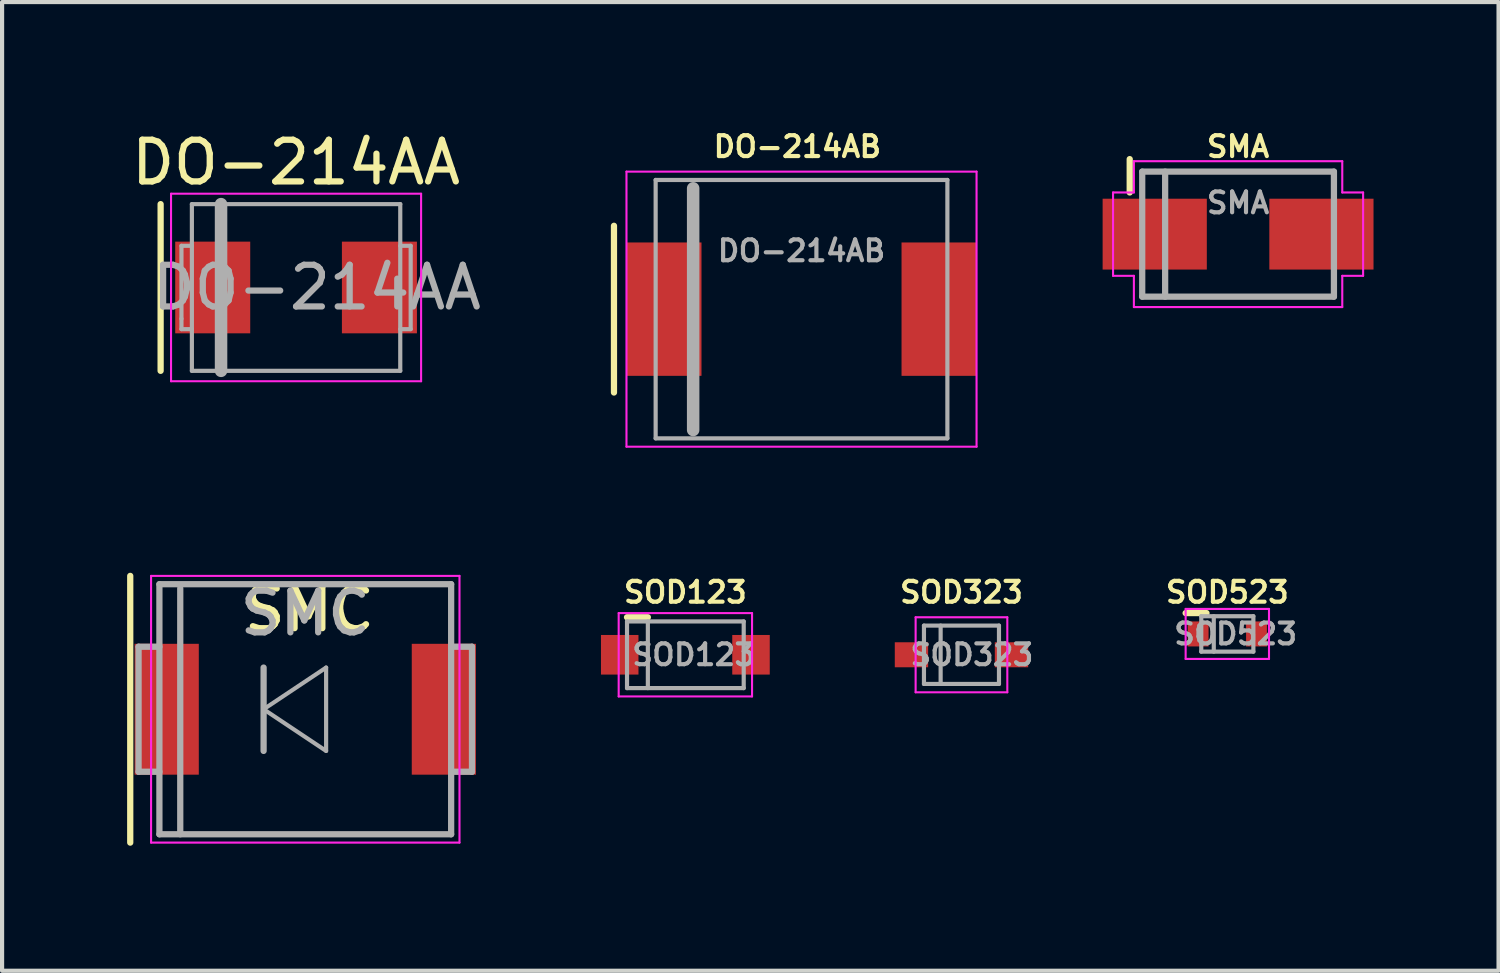
<source format=kicad_pcb>
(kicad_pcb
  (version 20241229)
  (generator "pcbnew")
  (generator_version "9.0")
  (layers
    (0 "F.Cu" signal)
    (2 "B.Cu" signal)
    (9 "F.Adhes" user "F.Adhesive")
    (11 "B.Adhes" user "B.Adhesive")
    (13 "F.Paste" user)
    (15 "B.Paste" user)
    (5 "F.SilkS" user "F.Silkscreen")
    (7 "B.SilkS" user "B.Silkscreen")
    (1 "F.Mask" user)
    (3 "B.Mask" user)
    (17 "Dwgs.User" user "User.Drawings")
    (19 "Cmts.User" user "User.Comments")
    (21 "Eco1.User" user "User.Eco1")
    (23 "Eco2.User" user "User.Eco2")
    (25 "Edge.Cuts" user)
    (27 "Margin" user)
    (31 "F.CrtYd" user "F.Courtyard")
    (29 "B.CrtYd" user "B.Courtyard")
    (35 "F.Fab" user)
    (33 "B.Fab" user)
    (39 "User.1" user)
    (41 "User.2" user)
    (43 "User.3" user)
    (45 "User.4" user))
  (footprint "SMC"
    (layer "F.Cu")
    (at 4.275 13.968)
    (property "Reference" "SMC" (at 0.1 -2.4 0) (layer "F.SilkS") (effects (font (size 1 1) (thickness 0.15))))
    (attr smd)
    (fp_line (start -4.2 -3.2) (end -4.2 3.2) (stroke (width 0.15) (type solid)) (layer "F.SilkS"))
    (fp_line (start -3.7 -3.2) (end 3.7 -3.2) (stroke (width 0.05) (type solid)) (layer "F.CrtYd"))
    (fp_line (start -3.7 3.2) (end -3.7 -3.2) (stroke (width 0.05) (type solid)) (layer "F.CrtYd"))
    (fp_line (start 3.7 -3.2) (end 3.7 3.2) (stroke (width 0.05) (type solid)) (layer "F.CrtYd"))
    (fp_line (start 3.7 3.2) (end -3.7 3.2) (stroke (width 0.05) (type solid)) (layer "F.CrtYd"))
    (fp_line (start -4 -1.5) (end -4 1.5) (stroke (width 0.15) (type solid)) (layer "F.Fab"))
    (fp_line (start -4 -1.5) (end -3.5 -1.5) (stroke (width 0.15) (type solid)) (layer "F.Fab"))
    (fp_line (start -4 1.5) (end -3.5 1.5) (stroke (width 0.15) (type solid)) (layer "F.Fab"))
    (fp_line (start -3.5 -3) (end 3.5 -3) (stroke (width 0.15) (type solid)) (layer "F.Fab"))
    (fp_line (start -3.5 3) (end -3.5 -3) (stroke (width 0.15) (type solid)) (layer "F.Fab"))
    (fp_line (start -3 -2.9) (end -3 3) (stroke (width 0.15) (type solid)) (layer "F.Fab"))
    (fp_line (start -1 -1) (end -1 1) (stroke (width 0.15) (type solid)) (layer "F.Fab"))
    (fp_line (start 0.5 -1) (end -1 0) (stroke (width 0.1) (type solid)) (layer "F.Fab"))
    (fp_line (start 0.5 -1) (end 0.5 1) (stroke (width 0.1) (type solid)) (layer "F.Fab"))
    (fp_line (start 0.5 1) (end -1 0) (stroke (width 0.1) (type solid)) (layer "F.Fab"))
    (fp_line (start 3.5 -3) (end 3.5 3) (stroke (width 0.15) (type solid)) (layer "F.Fab"))
    (fp_line (start 3.5 3) (end -3.5 3) (stroke (width 0.15) (type solid)) (layer "F.Fab"))
    (fp_line (start 4 -1.5) (end 3.5 -1.5) (stroke (width 0.15) (type solid)) (layer "F.Fab"))
    (fp_line (start 4 -1.5) (end 4 1.5) (stroke (width 0.15) (type solid)) (layer "F.Fab"))
    (fp_line (start 4 1.5) (end 3.5 1.5) (stroke (width 0.15) (type solid)) (layer "F.Fab"))
    (fp_text user "${REFERENCE}" (at 0 -2.3 0) (layer "F.Fab") (effects (font (size 1 1) (thickness 0.15))))
    (pad "A" smd rect (at 3.325 0) (size 1.54 3.14) (layers "F.Cu" "F.Mask" "F.Paste"))
    (pad "K" smd rect (at -3.325 0) (size 1.54 3.14) (layers "F.Cu" "F.Mask" "F.Paste")))
  (footprint "DO-214AA"
    (layer "F.Cu")
    (at 4.054 3.848)
    (property "Reference" "DO-214AA" (at 0 -3 0) (layer "F.SilkS") (effects (font (size 1 1) (thickness 0.15))))
    (attr smd)
    (fp_line (start -3.25 -2) (end -3.25 2) (stroke (width 0.15) (type solid)) (layer "F.SilkS"))
    (fp_line (start -3 -2.25) (end 3 -2.25) (stroke (width 0.05) (type solid)) (layer "F.CrtYd"))
    (fp_line (start -3 2.25) (end -3 -2.25) (stroke (width 0.05) (type solid)) (layer "F.CrtYd"))
    (fp_line (start 3 -2.25) (end 3 2.25) (stroke (width 0.05) (type solid)) (layer "F.CrtYd"))
    (fp_line (start 3 2.25) (end -3 2.25) (stroke (width 0.05) (type solid)) (layer "F.CrtYd"))
    (fp_line (start -2.75 -1) (end -2.75 0.75) (stroke (width 0.1) (type solid)) (layer "F.Fab"))
    (fp_line (start -2.75 0.75) (end -2.75 1) (stroke (width 0.1) (type solid)) (layer "F.Fab"))
    (fp_line (start -2.75 1) (end -2.5 1) (stroke (width 0.1) (type solid)) (layer "F.Fab"))
    (fp_line (start -2.5 -2) (end 2.5 -2) (stroke (width 0.1) (type solid)) (layer "F.Fab"))
    (fp_line (start -2.5 -1) (end -2.75 -1) (stroke (width 0.1) (type solid)) (layer "F.Fab"))
    (fp_line (start -2.5 2) (end -2.5 -2) (stroke (width 0.1) (type solid)) (layer "F.Fab"))
    (fp_line (start -1.8 -2) (end -1.8 2) (stroke (width 0.3) (type solid)) (layer "F.Fab"))
    (fp_line (start 2.5 -2) (end 2.5 2) (stroke (width 0.1) (type solid)) (layer "F.Fab"))
    (fp_line (start 2.5 -1) (end 2.75 -1) (stroke (width 0.1) (type solid)) (layer "F.Fab"))
    (fp_line (start 2.5 2) (end -2.5 2) (stroke (width 0.1) (type solid)) (layer "F.Fab"))
    (fp_line (start 2.75 -1) (end 2.75 1) (stroke (width 0.1) (type solid)) (layer "F.Fab"))
    (fp_line (start 2.75 1) (end 2.5 1) (stroke (width 0.1) (type solid)) (layer "F.Fab"))
    (fp_text user "${REFERENCE}" (at 0.5 0 0) (layer "F.Fab") (effects (font (size 1 1) (thickness 0.15))))
    (pad "A" smd rect (at 2 0) (size 1.8 2.2) (layers "F.Cu" "F.Mask" "F.Paste"))
    (pad "C" smd rect (at -2 0) (size 1.8 2.2) (layers "F.Cu" "F.Mask" "F.Paste")))
  (footprint "SMA"
    (layer "F.Cu")
    (at 26.657 2.568)
    (property "Reference" "SMA" (at 0 -2.1 0) (layer "F.SilkS") (effects (font (size 0.5 0.5) (thickness 0.1))))
    (attr smd)
    (fp_line (start -2.6 -1.8) (end -2.6 -1) (stroke (width 0.15) (type solid)) (layer "F.SilkS"))
    (fp_line (start -3 -1) (end -3 1) (stroke (width 0.05) (type solid)) (layer "F.CrtYd"))
    (fp_line (start -3 1) (end -2.5 1) (stroke (width 0.05) (type solid)) (layer "F.CrtYd"))
    (fp_line (start -2.5 -1.75) (end -2.5 -1) (stroke (width 0.05) (type solid)) (layer "F.CrtYd"))
    (fp_line (start -2.5 -1.75) (end 2.5 -1.75) (stroke (width 0.05) (type solid)) (layer "F.CrtYd"))
    (fp_line (start -2.5 -1) (end -3 -1) (stroke (width 0.05) (type solid)) (layer "F.CrtYd"))
    (fp_line (start -2.5 1) (end -2.5 1.75) (stroke (width 0.05) (type solid)) (layer "F.CrtYd"))
    (fp_line (start 2.5 -1.75) (end 2.5 -1) (stroke (width 0.05) (type solid)) (layer "F.CrtYd"))
    (fp_line (start 2.5 -1) (end 3 -1) (stroke (width 0.05) (type solid)) (layer "F.CrtYd"))
    (fp_line (start 2.5 1) (end 2.5 1.75) (stroke (width 0.05) (type solid)) (layer "F.CrtYd"))
    (fp_line (start 2.5 1.75) (end -2.5 1.75) (stroke (width 0.05) (type solid)) (layer "F.CrtYd"))
    (fp_line (start 3 -1) (end 3 1) (stroke (width 0.05) (type solid)) (layer "F.CrtYd"))
    (fp_line (start 3 1) (end 2.5 1) (stroke (width 0.05) (type solid)) (layer "F.CrtYd"))
    (fp_line (start -2.3 -1.5) (end 2.3 -1.5) (stroke (width 0.15) (type solid)) (layer "F.Fab"))
    (fp_line (start -2.3 1.5) (end -2.3 -1.5) (stroke (width 0.15) (type solid)) (layer "F.Fab"))
    (fp_line (start -1.75 -1.5) (end -1.75 1.5) (stroke (width 0.15) (type solid)) (layer "F.Fab"))
    (fp_line (start 2.3 -1.5) (end 2.3 1.5) (stroke (width 0.15) (type solid)) (layer "F.Fab"))
    (fp_line (start 2.3 1.5) (end -2.3 1.5) (stroke (width 0.15) (type solid)) (layer "F.Fab"))
    (fp_text user "${REFERENCE}" (at 0 -0.75 0) (layer "F.Fab") (effects (font (size 0.5 0.5) (thickness 0.1))))
    (pad "A" smd rect (at 2 0) (size 2.5 1.7) (layers "F.Cu" "F.Mask" "F.Paste"))
    (pad "C" smd rect (at -2 0) (size 2.5 1.7) (layers "F.Cu" "F.Mask" "F.Paste")))
  (footprint "SOD323"
    (layer "F.Cu")
    (at 20.02 12.661)
    (property "Reference" "SOD323" (at 0 -1.5 0) (layer "F.SilkS") (effects (font (size 0.5 0.5) (thickness 0.1))))
    (attr smd)
    (fp_line (start -1.1 -0.9) (end 1.1 -0.9) (stroke (width 0.05) (type solid)) (layer "F.CrtYd"))
    (fp_line (start -1.1 0.9) (end -1.1 -0.9) (stroke (width 0.05) (type solid)) (layer "F.CrtYd"))
    (fp_line (start 1.1 -0.9) (end 1.1 0.9) (stroke (width 0.05) (type solid)) (layer "F.CrtYd"))
    (fp_line (start 1.1 0.9) (end -1.1 0.9) (stroke (width 0.05) (type solid)) (layer "F.CrtYd"))
    (fp_line (start -0.9 -0.7) (end 0.9 -0.7) (stroke (width 0.1) (type solid)) (layer "F.Fab"))
    (fp_line (start -0.9 0.7) (end -0.9 -0.7) (stroke (width 0.1) (type solid)) (layer "F.Fab"))
    (fp_line (start -0.5 -0.7) (end -0.5 0.7) (stroke (width 0.1) (type solid)) (layer "F.Fab"))
    (fp_line (start 0.9 -0.7) (end 0.9 0.7) (stroke (width 0.1) (type solid)) (layer "F.Fab"))
    (fp_line (start 0.9 0.7) (end -0.9 0.7) (stroke (width 0.1) (type solid)) (layer "F.Fab"))
    (fp_text user "${REFERENCE}" (at 0.25 0 0) (layer "F.Fab") (effects (font (size 0.5 0.5) (thickness 0.1))))
    (pad "A" smd rect (at 1.2 0) (size 0.8 0.6) (layers "F.Cu" "F.Mask" "F.Paste"))
    (pad "C" smd rect (at -1.2 0) (size 0.8 0.6) (layers "F.Cu" "F.Mask" "F.Paste")))
  (footprint "SOD523"
    (layer "F.Cu")
    (at 26.399 12.161)
    (property "Reference" "SOD523" (at 0 -1 0) (layer "F.SilkS") (effects (font (size 0.5 0.5) (thickness 0.1))))
    (attr smd)
    (fp_line (start -0.5 -0.5) (end -1 -0.5) (stroke (width 0.15) (type solid)) (layer "F.SilkS"))
    (fp_line (start -1 -0.6) (end 1 -0.6) (stroke (width 0.05) (type solid)) (layer "F.CrtYd"))
    (fp_line (start -1 0.6) (end -1 -0.6) (stroke (width 0.05) (type solid)) (layer "F.CrtYd"))
    (fp_line (start 1 -0.6) (end 1 0.6) (stroke (width 0.05) (type solid)) (layer "F.CrtYd"))
    (fp_line (start 1 0.6) (end -1 0.6) (stroke (width 0.05) (type solid)) (layer "F.CrtYd"))
    (fp_line (start -0.625 -0.425) (end 0.625 -0.425) (stroke (width 0.1) (type solid)) (layer "F.Fab"))
    (fp_line (start -0.625 0.425) (end -0.625 -0.425) (stroke (width 0.1) (type solid)) (layer "F.Fab"))
    (fp_line (start -0.325 -0.425) (end -0.325 0.425) (stroke (width 0.1) (type solid)) (layer "F.Fab"))
    (fp_line (start 0.625 -0.425) (end 0.625 0.425) (stroke (width 0.1) (type solid)) (layer "F.Fab"))
    (fp_line (start 0.625 0.425) (end -0.625 0.425) (stroke (width 0.1) (type solid)) (layer "F.Fab"))
    (fp_text user "${REFERENCE}" (at 0.2 0 0) (layer "F.Fab") (effects (font (size 0.5 0.5) (thickness 0.1))))
    (pad "A" smd rect (at 0.7 0) (size 0.5 0.6) (layers "F.Cu" "F.Mask" "F.Paste"))
    (pad "C" smd rect (at -0.7 0) (size 0.5 0.6) (layers "F.Cu" "F.Mask" "F.Paste")))
  (footprint "SOD123"
    (layer "F.Cu")
    (at 13.395 12.661)
    (property "Reference" "SOD123" (at 0 -1.5 0) (layer "F.SilkS") (effects (font (size 0.5 0.5) (thickness 0.1))))
    (attr smd)
    (fp_line (start -0.9 -0.9) (end -1.4 -0.9) (stroke (width 0.15) (type solid)) (layer "F.SilkS"))
    (fp_line (start -1.6 -1) (end 1.6 -1) (stroke (width 0.05) (type solid)) (layer "F.CrtYd"))
    (fp_line (start -1.6 1) (end -1.6 -1) (stroke (width 0.05) (type solid)) (layer "F.CrtYd"))
    (fp_line (start 1.6 -1) (end 1.6 1) (stroke (width 0.05) (type solid)) (layer "F.CrtYd"))
    (fp_line (start 1.6 1) (end -1.6 1) (stroke (width 0.05) (type solid)) (layer "F.CrtYd"))
    (fp_line (start -1.4 -0.8) (end 1.4 -0.8) (stroke (width 0.1) (type solid)) (layer "F.Fab"))
    (fp_line (start -1.4 0.8) (end -1.4 -0.8) (stroke (width 0.1) (type solid)) (layer "F.Fab"))
    (fp_line (start -0.9 -0.8) (end -0.9 0.8) (stroke (width 0.1) (type solid)) (layer "F.Fab"))
    (fp_line (start 1.4 -0.8) (end 1.4 0.8) (stroke (width 0.1) (type solid)) (layer "F.Fab"))
    (fp_line (start 1.4 0.8) (end -1.4 0.8) (stroke (width 0.1) (type solid)) (layer "F.Fab"))
    (fp_text user "${REFERENCE}" (at 0.2 0 0) (layer "F.Fab") (effects (font (size 0.5 0.5) (thickness 0.1))))
    (pad "A" smd rect (at 1.575 0) (size 0.9 0.95) (layers "F.Cu" "F.Mask" "F.Paste"))
    (pad "C" smd rect (at -1.575 0) (size 0.9 0.95) (layers "F.Cu" "F.Mask" "F.Paste")))
  (footprint "DO-214AB"
    (layer "F.Cu")
    (at 16.182 4.368)
    (property "Reference" "DO-214AB" (at -0.1 -3.9 0) (layer "F.SilkS") (effects (font (size 0.5 0.5) (thickness 0.1))))
    (attr smd)
    (fp_line (start -4.5 -2) (end -4.5 2) (stroke (width 0.15) (type solid)) (layer "F.SilkS"))
    (fp_line (start -4.2 -3.3) (end 4.2 -3.3) (stroke (width 0.05) (type solid)) (layer "F.CrtYd"))
    (fp_line (start -4.2 3.3) (end -4.2 -3.3) (stroke (width 0.05) (type solid)) (layer "F.CrtYd"))
    (fp_line (start 4.2 -3.3) (end 4.2 3.3) (stroke (width 0.05) (type solid)) (layer "F.CrtYd"))
    (fp_line (start 4.2 3.3) (end -4.2 3.3) (stroke (width 0.05) (type solid)) (layer "F.CrtYd"))
    (fp_line (start -3.5 -3.1) (end 3.5 -3.1) (stroke (width 0.1) (type solid)) (layer "F.Fab"))
    (fp_line (start -3.5 3.1) (end -3.5 -3.1) (stroke (width 0.1) (type solid)) (layer "F.Fab"))
    (fp_line (start -2.6 -2.9) (end -2.6 2.9) (stroke (width 0.3) (type solid)) (layer "F.Fab"))
    (fp_line (start 3.5 -3.1) (end 3.5 3.1) (stroke (width 0.1) (type solid)) (layer "F.Fab"))
    (fp_line (start 3.5 3.1) (end -3.5 3.1) (stroke (width 0.1) (type solid)) (layer "F.Fab"))
    (fp_text user "${REFERENCE}" (at 0 -1.4 0) (layer "F.Fab") (effects (font (size 0.5 0.5) (thickness 0.1))))
    (pad "A" smd rect (at 3.3 0) (size 1.8 3.2) (layers "F.Cu" "F.Mask" "F.Paste"))
    (pad "C" smd rect (at -3.3 0) (size 1.8 3.2) (layers "F.Cu" "F.Mask" "F.Paste")))
  (gr_rect
    (start -3 -3)
    (end 32.907 20.243)
    (stroke (width 0.1) (type default))
    (fill no)
    (layer "Edge.Cuts")))
</source>
